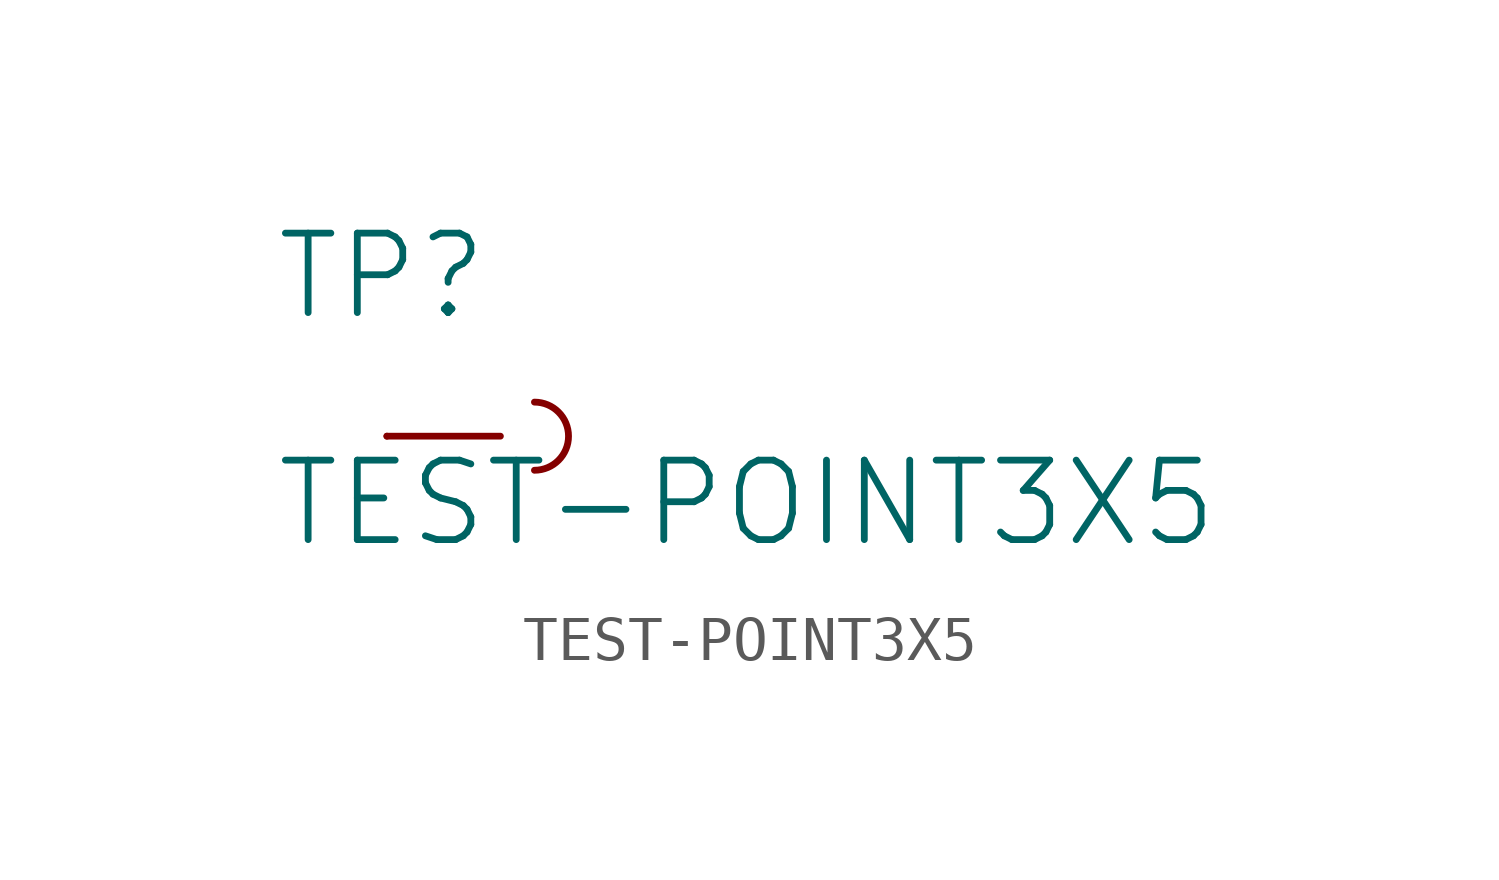
<source format=kicad_sym>
(kicad_symbol_lib
  (version 20211014)
  (generator kicad_symbol_editor)
  (symbol "TEST-POINT3X5"
    (property "Reference" "TP"
      (at -2.54 2.54 0)
      (effects (font (size 1.778 1.778)) (justify left bottom)))
    (property "Value" "TEST-POINT3X5"
      (at -2.54 -2.54 0)
      (effects (font (size 1.778 1.778)) (justify left bottom)))
    (property "ki_locked" ""
      (at 0 0 0)
      (effects (font (size 1.27 1.27))))
    (symbol "TEST-POINT3X5_1_0"
      (polyline (pts (xy 2.54 0) (xy 0 0)) (stroke (width 0.152) (type default) (color 0 0 0 0)) (fill (type none)))
      (arc (start 3.302 -0.762) (mid 4.064 0) (end 3.302 0.762) (stroke (width 0.1524) (type default) (color 0 0 0 0)) (fill (type none)))
      (pin bidirectional line (at 0 0 180) (length 0) (name "1" (effects (font (size 0 0)))) (number "1" (effects (font (size 0 0))))))))
</source>
